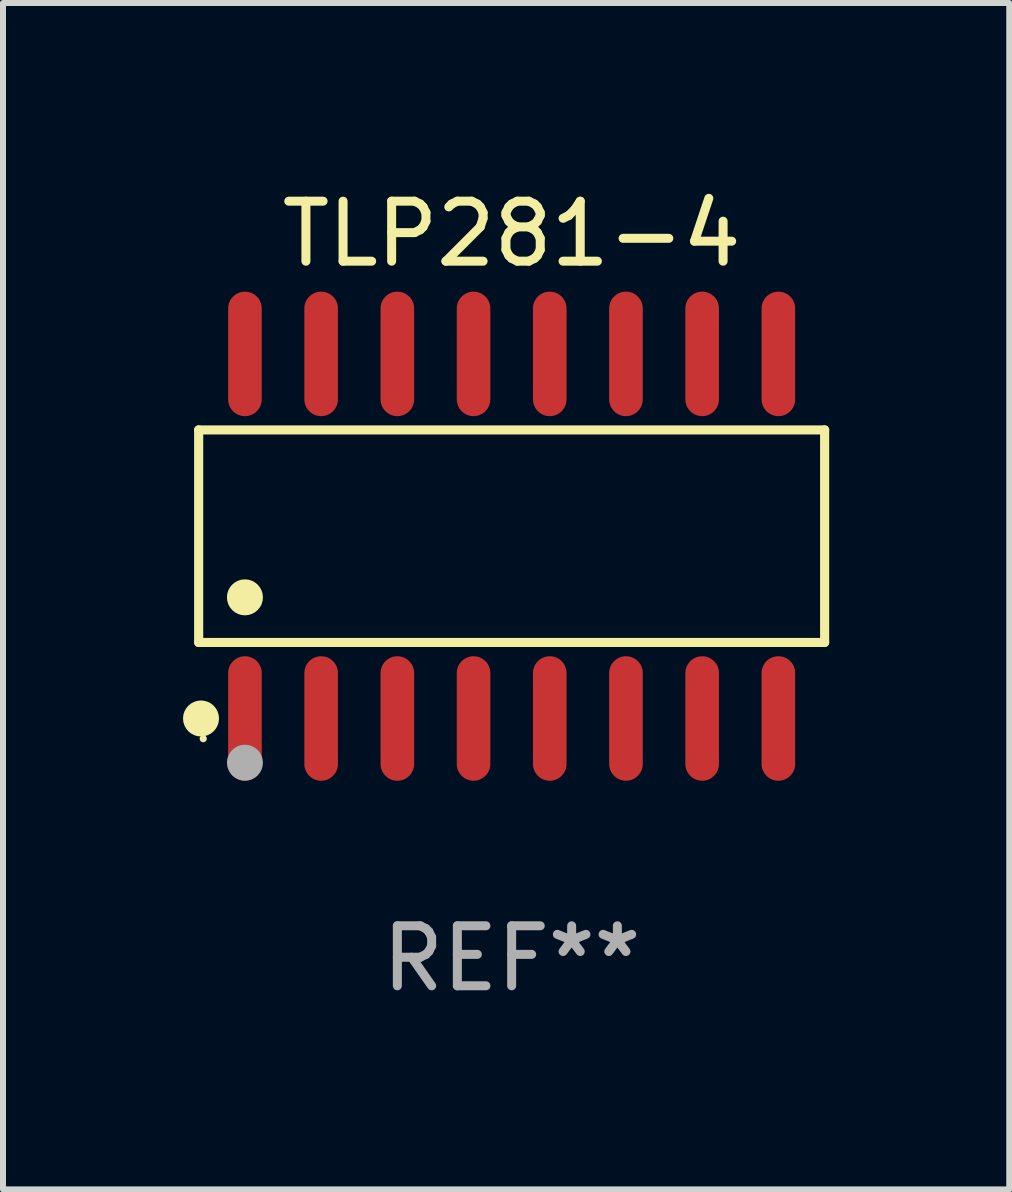
<source format=kicad_pcb>
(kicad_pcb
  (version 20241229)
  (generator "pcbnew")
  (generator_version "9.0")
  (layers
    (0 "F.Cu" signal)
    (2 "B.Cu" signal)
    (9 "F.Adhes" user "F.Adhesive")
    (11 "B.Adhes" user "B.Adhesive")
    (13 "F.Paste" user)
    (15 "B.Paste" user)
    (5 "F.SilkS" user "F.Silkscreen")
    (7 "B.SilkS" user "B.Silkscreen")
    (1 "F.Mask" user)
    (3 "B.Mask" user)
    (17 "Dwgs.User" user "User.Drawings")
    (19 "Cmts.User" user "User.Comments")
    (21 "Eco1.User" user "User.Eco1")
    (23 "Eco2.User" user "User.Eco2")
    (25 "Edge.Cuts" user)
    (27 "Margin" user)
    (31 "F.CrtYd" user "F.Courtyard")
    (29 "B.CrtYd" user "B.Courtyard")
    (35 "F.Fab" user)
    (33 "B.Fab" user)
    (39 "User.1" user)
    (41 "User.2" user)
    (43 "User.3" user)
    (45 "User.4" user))
  (footprint "TLP281-4"
    (layer "F.Cu")
    (at 5.477 5.886)
    (property "Reference" "TLP281-4" (at 0 -5.038 0) (layer "F.SilkS") (effects (font (size 1 1) (thickness 0.15))))
    (attr through_hole)
    (fp_line (start -5.216 -1.771) (end 5.216 -1.771) (stroke (width 0.152) (type solid)) (layer "F.SilkS"))
    (fp_line (start -5.216 1.771) (end -5.216 -1.771) (stroke (width 0.152) (type solid)) (layer "F.SilkS"))
    (fp_line (start 5.216 -1.771) (end 5.216 1.771) (stroke (width 0.152) (type solid)) (layer "F.SilkS"))
    (fp_line (start 5.216 1.771) (end -5.216 1.771) (stroke (width 0.152) (type solid)) (layer "F.SilkS"))
    (fp_circle (center -5.177 3.038) (end -5.027 3.038) (stroke (width 0.3) (type solid)) (fill no) (layer "F.SilkS"))
    (fp_circle (center -5.14 3.375) (end -5.11 3.375) (stroke (width 0.06) (type solid)) (fill no) (layer "F.SilkS"))
    (fp_circle (center -4.445 1.019) (end -4.295 1.019) (stroke (width 0.3) (type solid)) (fill no) (layer "F.SilkS"))
    (fp_circle (center -4.445 3.775) (end -4.295 3.775) (stroke (width 0.3) (type solid)) (fill no) (layer "F.Fab"))
    (fp_text user "REF**" (at 0 7.038 0) (layer "F.Fab") (effects (font (size 1 1) (thickness 0.15))))
    (pad "1" smd oval (at -4.445 3.038) (size 0.56 2.075) (layers "F.Cu" "F.Mask" "F.Paste"))
    (pad "2" smd oval (at -3.175 3.038) (size 0.56 2.075) (layers "F.Cu" "F.Mask" "F.Paste"))
    (pad "3" smd oval (at -1.905 3.038) (size 0.56 2.075) (layers "F.Cu" "F.Mask" "F.Paste"))
    (pad "4" smd oval (at -0.635 3.038) (size 0.56 2.075) (layers "F.Cu" "F.Mask" "F.Paste"))
    (pad "5" smd oval (at 0.635 3.038) (size 0.56 2.075) (layers "F.Cu" "F.Mask" "F.Paste"))
    (pad "6" smd oval (at 1.905 3.038) (size 0.56 2.075) (layers "F.Cu" "F.Mask" "F.Paste"))
    (pad "7" smd oval (at 3.175 3.038) (size 0.56 2.075) (layers "F.Cu" "F.Mask" "F.Paste"))
    (pad "8" smd oval (at 4.445 3.038) (size 0.56 2.075) (layers "F.Cu" "F.Mask" "F.Paste"))
    (pad "9" smd oval (at 4.445 -3.038) (size 0.56 2.075) (layers "F.Cu" "F.Mask" "F.Paste"))
    (pad "10" smd oval (at 3.175 -3.038) (size 0.56 2.075) (layers "F.Cu" "F.Mask" "F.Paste"))
    (pad "11" smd oval (at 1.905 -3.038) (size 0.56 2.075) (layers "F.Cu" "F.Mask" "F.Paste"))
    (pad "12" smd oval (at 0.635 -3.038) (size 0.56 2.075) (layers "F.Cu" "F.Mask" "F.Paste"))
    (pad "13" smd oval (at -0.635 -3.038) (size 0.56 2.075) (layers "F.Cu" "F.Mask" "F.Paste"))
    (pad "14" smd oval (at -1.905 -3.038) (size 0.56 2.075) (layers "F.Cu" "F.Mask" "F.Paste"))
    (pad "15" smd oval (at -3.175 -3.038) (size 0.56 2.075) (layers "F.Cu" "F.Mask" "F.Paste"))
    (pad "16" smd oval (at -4.445 -3.038) (size 0.56 2.075) (layers "F.Cu" "F.Mask" "F.Paste")))
  (gr_rect
    (start -3 -3)
    (end 13.77 16.772)
    (stroke (width 0.1) (type default))
    (fill no)
    (layer "Edge.Cuts")))
</source>
